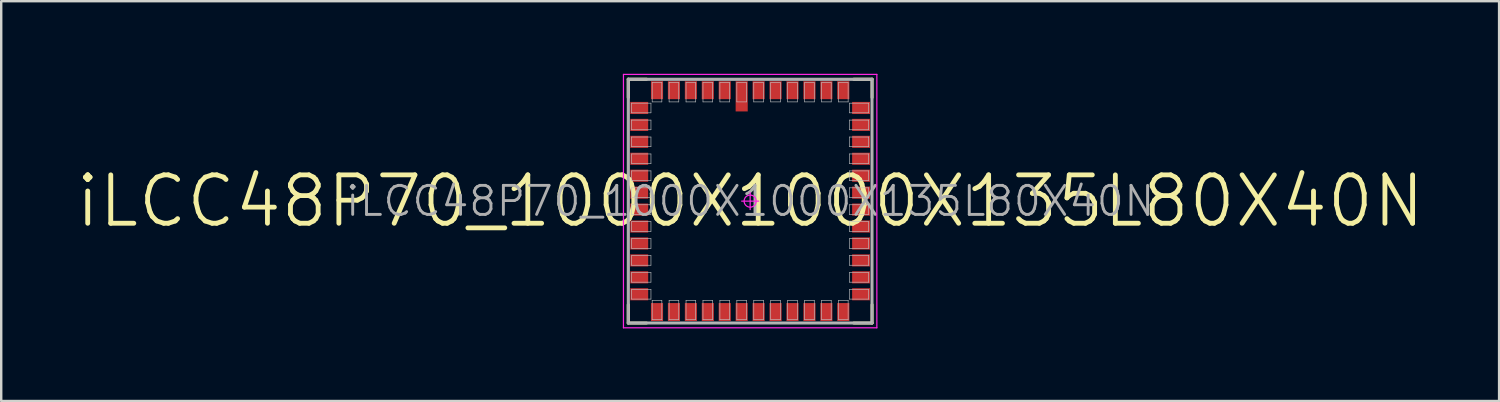
<source format=kicad_pcb>
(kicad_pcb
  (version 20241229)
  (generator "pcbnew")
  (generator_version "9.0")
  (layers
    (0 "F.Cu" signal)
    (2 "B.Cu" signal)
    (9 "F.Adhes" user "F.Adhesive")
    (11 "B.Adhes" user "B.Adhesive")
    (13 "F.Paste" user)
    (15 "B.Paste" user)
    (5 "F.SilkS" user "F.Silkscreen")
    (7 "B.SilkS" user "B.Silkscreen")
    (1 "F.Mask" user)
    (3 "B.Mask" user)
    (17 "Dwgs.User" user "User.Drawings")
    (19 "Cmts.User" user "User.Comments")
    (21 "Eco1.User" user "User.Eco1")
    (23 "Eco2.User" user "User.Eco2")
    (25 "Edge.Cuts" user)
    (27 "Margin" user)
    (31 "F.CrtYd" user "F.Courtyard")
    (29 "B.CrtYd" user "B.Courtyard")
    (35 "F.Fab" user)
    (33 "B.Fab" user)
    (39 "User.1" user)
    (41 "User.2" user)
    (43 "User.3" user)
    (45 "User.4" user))
  (footprint "iLCC48P70_1000X1000X135L80X40N"
    (layer "F.Cu")
    (at 27.957 5.263)
    (property "Reference" "iLCC48P70_1000X1000X135L80X40N" (at 0 0 0) (layer "F.Fab") (effects (font (size 1.2 1.2) (thickness 0.12))))
    (attr smd)
    (fp_line (start -5.04 -5.04) (end -5.04 -4.28) (stroke (width 0.12) (type solid)) (layer "F.SilkS"))
    (fp_line (start -5.04 5.04) (end -5.04 4.28) (stroke (width 0.12) (type solid)) (layer "F.SilkS"))
    (fp_line (start -4.28 -5.04) (end -5.04 -5.04) (stroke (width 0.12) (type solid)) (layer "F.SilkS"))
    (fp_line (start -4.28 5.04) (end -5.04 5.04) (stroke (width 0.12) (type solid)) (layer "F.SilkS"))
    (fp_line (start 4.28 -5.04) (end 5.04 -5.04) (stroke (width 0.12) (type solid)) (layer "F.SilkS"))
    (fp_line (start 4.28 5.04) (end 5.04 5.04) (stroke (width 0.12) (type solid)) (layer "F.SilkS"))
    (fp_line (start 5.04 -5.04) (end 5.04 -4.28) (stroke (width 0.12) (type solid)) (layer "F.SilkS"))
    (fp_line (start 5.04 5.04) (end 5.04 4.28) (stroke (width 0.12) (type solid)) (layer "F.SilkS"))
    (fp_line (start -5 -5) (end 5 -5) (stroke (width 0.025) (type solid)) (layer "Dwgs.User"))
    (fp_line (start -5 5) (end -5 -5) (stroke (width 0.025) (type solid)) (layer "Dwgs.User"))
    (fp_line (start -4.9 -4.05) (end -4.1 -4.05) (stroke (width 0.025) (type solid)) (layer "Dwgs.User"))
    (fp_line (start -4.9 -3.65) (end -4.9 -4.05) (stroke (width 0.025) (type solid)) (layer "Dwgs.User"))
    (fp_line (start -4.9 -3.35) (end -4.1 -3.35) (stroke (width 0.025) (type solid)) (layer "Dwgs.User"))
    (fp_line (start -4.9 -2.95) (end -4.9 -3.35) (stroke (width 0.025) (type solid)) (layer "Dwgs.User"))
    (fp_line (start -4.9 -2.65) (end -4.1 -2.65) (stroke (width 0.025) (type solid)) (layer "Dwgs.User"))
    (fp_line (start -4.9 -2.25) (end -4.9 -2.65) (stroke (width 0.025) (type solid)) (layer "Dwgs.User"))
    (fp_line (start -4.9 -1.95) (end -4.1 -1.95) (stroke (width 0.025) (type solid)) (layer "Dwgs.User"))
    (fp_line (start -4.9 -1.55) (end -4.9 -1.95) (stroke (width 0.025) (type solid)) (layer "Dwgs.User"))
    (fp_line (start -4.9 -1.25) (end -4.1 -1.25) (stroke (width 0.025) (type solid)) (layer "Dwgs.User"))
    (fp_line (start -4.9 -0.85) (end -4.9 -1.25) (stroke (width 0.025) (type solid)) (layer "Dwgs.User"))
    (fp_line (start -4.9 -0.55) (end -4.1 -0.55) (stroke (width 0.025) (type solid)) (layer "Dwgs.User"))
    (fp_line (start -4.9 -0.15) (end -4.9 -0.55) (stroke (width 0.025) (type solid)) (layer "Dwgs.User"))
    (fp_line (start -4.9 0.15) (end -4.1 0.15) (stroke (width 0.025) (type solid)) (layer "Dwgs.User"))
    (fp_line (start -4.9 0.55) (end -4.9 0.15) (stroke (width 0.025) (type solid)) (layer "Dwgs.User"))
    (fp_line (start -4.9 0.85) (end -4.1 0.85) (stroke (width 0.025) (type solid)) (layer "Dwgs.User"))
    (fp_line (start -4.9 1.25) (end -4.9 0.85) (stroke (width 0.025) (type solid)) (layer "Dwgs.User"))
    (fp_line (start -4.9 1.55) (end -4.1 1.55) (stroke (width 0.025) (type solid)) (layer "Dwgs.User"))
    (fp_line (start -4.9 1.95) (end -4.9 1.55) (stroke (width 0.025) (type solid)) (layer "Dwgs.User"))
    (fp_line (start -4.9 2.25) (end -4.1 2.25) (stroke (width 0.025) (type solid)) (layer "Dwgs.User"))
    (fp_line (start -4.9 2.65) (end -4.9 2.25) (stroke (width 0.025) (type solid)) (layer "Dwgs.User"))
    (fp_line (start -4.9 2.95) (end -4.1 2.95) (stroke (width 0.025) (type solid)) (layer "Dwgs.User"))
    (fp_line (start -4.9 3.35) (end -4.9 2.95) (stroke (width 0.025) (type solid)) (layer "Dwgs.User"))
    (fp_line (start -4.9 3.65) (end -4.1 3.65) (stroke (width 0.025) (type solid)) (layer "Dwgs.User"))
    (fp_line (start -4.9 4.05) (end -4.9 3.65) (stroke (width 0.025) (type solid)) (layer "Dwgs.User"))
    (fp_line (start -4.1 -4.05) (end -4.1 -3.65) (stroke (width 0.025) (type solid)) (layer "Dwgs.User"))
    (fp_line (start -4.1 -3.65) (end -4.9 -3.65) (stroke (width 0.025) (type solid)) (layer "Dwgs.User"))
    (fp_line (start -4.1 -3.35) (end -4.1 -2.95) (stroke (width 0.025) (type solid)) (layer "Dwgs.User"))
    (fp_line (start -4.1 -2.95) (end -4.9 -2.95) (stroke (width 0.025) (type solid)) (layer "Dwgs.User"))
    (fp_line (start -4.1 -2.65) (end -4.1 -2.25) (stroke (width 0.025) (type solid)) (layer "Dwgs.User"))
    (fp_line (start -4.1 -2.25) (end -4.9 -2.25) (stroke (width 0.025) (type solid)) (layer "Dwgs.User"))
    (fp_line (start -4.1 -1.95) (end -4.1 -1.55) (stroke (width 0.025) (type solid)) (layer "Dwgs.User"))
    (fp_line (start -4.1 -1.55) (end -4.9 -1.55) (stroke (width 0.025) (type solid)) (layer "Dwgs.User"))
    (fp_line (start -4.1 -1.25) (end -4.1 -0.85) (stroke (width 0.025) (type solid)) (layer "Dwgs.User"))
    (fp_line (start -4.1 -0.85) (end -4.9 -0.85) (stroke (width 0.025) (type solid)) (layer "Dwgs.User"))
    (fp_line (start -4.1 -0.55) (end -4.1 -0.15) (stroke (width 0.025) (type solid)) (layer "Dwgs.User"))
    (fp_line (start -4.1 -0.15) (end -4.9 -0.15) (stroke (width 0.025) (type solid)) (layer "Dwgs.User"))
    (fp_line (start -4.1 0.15) (end -4.1 0.55) (stroke (width 0.025) (type solid)) (layer "Dwgs.User"))
    (fp_line (start -4.1 0.55) (end -4.9 0.55) (stroke (width 0.025) (type solid)) (layer "Dwgs.User"))
    (fp_line (start -4.1 0.85) (end -4.1 1.25) (stroke (width 0.025) (type solid)) (layer "Dwgs.User"))
    (fp_line (start -4.1 1.25) (end -4.9 1.25) (stroke (width 0.025) (type solid)) (layer "Dwgs.User"))
    (fp_line (start -4.1 1.55) (end -4.1 1.95) (stroke (width 0.025) (type solid)) (layer "Dwgs.User"))
    (fp_line (start -4.1 1.95) (end -4.9 1.95) (stroke (width 0.025) (type solid)) (layer "Dwgs.User"))
    (fp_line (start -4.1 2.25) (end -4.1 2.65) (stroke (width 0.025) (type solid)) (layer "Dwgs.User"))
    (fp_line (start -4.1 2.65) (end -4.9 2.65) (stroke (width 0.025) (type solid)) (layer "Dwgs.User"))
    (fp_line (start -4.1 2.95) (end -4.1 3.35) (stroke (width 0.025) (type solid)) (layer "Dwgs.User"))
    (fp_line (start -4.1 3.35) (end -4.9 3.35) (stroke (width 0.025) (type solid)) (layer "Dwgs.User"))
    (fp_line (start -4.1 3.65) (end -4.1 4.05) (stroke (width 0.025) (type solid)) (layer "Dwgs.User"))
    (fp_line (start -4.1 4.05) (end -4.9 4.05) (stroke (width 0.025) (type solid)) (layer "Dwgs.User"))
    (fp_line (start -4.05 -4.9) (end -3.65 -4.9) (stroke (width 0.025) (type solid)) (layer "Dwgs.User"))
    (fp_line (start -4.05 -4.1) (end -4.05 -4.9) (stroke (width 0.025) (type solid)) (layer "Dwgs.User"))
    (fp_line (start -4.05 4.1) (end -3.65 4.1) (stroke (width 0.025) (type solid)) (layer "Dwgs.User"))
    (fp_line (start -4.05 4.9) (end -4.05 4.1) (stroke (width 0.025) (type solid)) (layer "Dwgs.User"))
    (fp_line (start -3.65 -4.9) (end -3.65 -4.1) (stroke (width 0.025) (type solid)) (layer "Dwgs.User"))
    (fp_line (start -3.65 -4.1) (end -4.05 -4.1) (stroke (width 0.025) (type solid)) (layer "Dwgs.User"))
    (fp_line (start -3.65 4.1) (end -3.65 4.9) (stroke (width 0.025) (type solid)) (layer "Dwgs.User"))
    (fp_line (start -3.65 4.9) (end -4.05 4.9) (stroke (width 0.025) (type solid)) (layer "Dwgs.User"))
    (fp_line (start -3.35 -4.9) (end -2.95 -4.9) (stroke (width 0.025) (type solid)) (layer "Dwgs.User"))
    (fp_line (start -3.35 -4.1) (end -3.35 -4.9) (stroke (width 0.025) (type solid)) (layer "Dwgs.User"))
    (fp_line (start -3.35 4.1) (end -2.95 4.1) (stroke (width 0.025) (type solid)) (layer "Dwgs.User"))
    (fp_line (start -3.35 4.9) (end -3.35 4.1) (stroke (width 0.025) (type solid)) (layer "Dwgs.User"))
    (fp_line (start -2.95 -4.9) (end -2.95 -4.1) (stroke (width 0.025) (type solid)) (layer "Dwgs.User"))
    (fp_line (start -2.95 -4.1) (end -3.35 -4.1) (stroke (width 0.025) (type solid)) (layer "Dwgs.User"))
    (fp_line (start -2.95 4.1) (end -2.95 4.9) (stroke (width 0.025) (type solid)) (layer "Dwgs.User"))
    (fp_line (start -2.95 4.9) (end -3.35 4.9) (stroke (width 0.025) (type solid)) (layer "Dwgs.User"))
    (fp_line (start -2.65 -4.9) (end -2.25 -4.9) (stroke (width 0.025) (type solid)) (layer "Dwgs.User"))
    (fp_line (start -2.65 -4.1) (end -2.65 -4.9) (stroke (width 0.025) (type solid)) (layer "Dwgs.User"))
    (fp_line (start -2.65 4.1) (end -2.25 4.1) (stroke (width 0.025) (type solid)) (layer "Dwgs.User"))
    (fp_line (start -2.65 4.9) (end -2.65 4.1) (stroke (width 0.025) (type solid)) (layer "Dwgs.User"))
    (fp_line (start -2.25 -4.9) (end -2.25 -4.1) (stroke (width 0.025) (type solid)) (layer "Dwgs.User"))
    (fp_line (start -2.25 -4.1) (end -2.65 -4.1) (stroke (width 0.025) (type solid)) (layer "Dwgs.User"))
    (fp_line (start -2.25 4.1) (end -2.25 4.9) (stroke (width 0.025) (type solid)) (layer "Dwgs.User"))
    (fp_line (start -2.25 4.9) (end -2.65 4.9) (stroke (width 0.025) (type solid)) (layer "Dwgs.User"))
    (fp_line (start -1.95 -4.9) (end -1.55 -4.9) (stroke (width 0.025) (type solid)) (layer "Dwgs.User"))
    (fp_line (start -1.95 -4.1) (end -1.95 -4.9) (stroke (width 0.025) (type solid)) (layer "Dwgs.User"))
    (fp_line (start -1.95 4.1) (end -1.55 4.1) (stroke (width 0.025) (type solid)) (layer "Dwgs.User"))
    (fp_line (start -1.95 4.9) (end -1.95 4.1) (stroke (width 0.025) (type solid)) (layer "Dwgs.User"))
    (fp_line (start -1.55 -4.9) (end -1.55 -4.1) (stroke (width 0.025) (type solid)) (layer "Dwgs.User"))
    (fp_line (start -1.55 -4.1) (end -1.95 -4.1) (stroke (width 0.025) (type solid)) (layer "Dwgs.User"))
    (fp_line (start -1.55 4.1) (end -1.55 4.9) (stroke (width 0.025) (type solid)) (layer "Dwgs.User"))
    (fp_line (start -1.55 4.9) (end -1.95 4.9) (stroke (width 0.025) (type solid)) (layer "Dwgs.User"))
    (fp_line (start -1.25 -4.9) (end -0.85 -4.9) (stroke (width 0.025) (type solid)) (layer "Dwgs.User"))
    (fp_line (start -1.25 -4.1) (end -1.25 -4.9) (stroke (width 0.025) (type solid)) (layer "Dwgs.User"))
    (fp_line (start -1.25 4.1) (end -0.85 4.1) (stroke (width 0.025) (type solid)) (layer "Dwgs.User"))
    (fp_line (start -1.25 4.9) (end -1.25 4.1) (stroke (width 0.025) (type solid)) (layer "Dwgs.User"))
    (fp_line (start -0.85 -4.9) (end -0.85 -4.1) (stroke (width 0.025) (type solid)) (layer "Dwgs.User"))
    (fp_line (start -0.85 -4.1) (end -1.25 -4.1) (stroke (width 0.025) (type solid)) (layer "Dwgs.User"))
    (fp_line (start -0.85 4.1) (end -0.85 4.9) (stroke (width 0.025) (type solid)) (layer "Dwgs.User"))
    (fp_line (start -0.85 4.9) (end -1.25 4.9) (stroke (width 0.025) (type solid)) (layer "Dwgs.User"))
    (fp_line (start -0.55 -4.9) (end -0.15 -4.9) (stroke (width 0.025) (type solid)) (layer "Dwgs.User"))
    (fp_line (start -0.55 -4.1) (end -0.55 -4.9) (stroke (width 0.025) (type solid)) (layer "Dwgs.User"))
    (fp_line (start -0.55 4.1) (end -0.15 4.1) (stroke (width 0.025) (type solid)) (layer "Dwgs.User"))
    (fp_line (start -0.55 4.9) (end -0.55 4.1) (stroke (width 0.025) (type solid)) (layer "Dwgs.User"))
    (fp_line (start -0.15 -4.9) (end -0.15 -4.1) (stroke (width 0.025) (type solid)) (layer "Dwgs.User"))
    (fp_line (start -0.15 -4.1) (end -0.55 -4.1) (stroke (width 0.025) (type solid)) (layer "Dwgs.User"))
    (fp_line (start -0.15 4.1) (end -0.15 4.9) (stroke (width 0.025) (type solid)) (layer "Dwgs.User"))
    (fp_line (start -0.15 4.9) (end -0.55 4.9) (stroke (width 0.025) (type solid)) (layer "Dwgs.User"))
    (fp_line (start 0.15 -4.9) (end 0.55 -4.9) (stroke (width 0.025) (type solid)) (layer "Dwgs.User"))
    (fp_line (start 0.15 -4.1) (end 0.15 -4.9) (stroke (width 0.025) (type solid)) (layer "Dwgs.User"))
    (fp_line (start 0.15 4.1) (end 0.55 4.1) (stroke (width 0.025) (type solid)) (layer "Dwgs.User"))
    (fp_line (start 0.15 4.9) (end 0.15 4.1) (stroke (width 0.025) (type solid)) (layer "Dwgs.User"))
    (fp_line (start 0.55 -4.9) (end 0.55 -4.1) (stroke (width 0.025) (type solid)) (layer "Dwgs.User"))
    (fp_line (start 0.55 -4.1) (end 0.15 -4.1) (stroke (width 0.025) (type solid)) (layer "Dwgs.User"))
    (fp_line (start 0.55 4.1) (end 0.55 4.9) (stroke (width 0.025) (type solid)) (layer "Dwgs.User"))
    (fp_line (start 0.55 4.9) (end 0.15 4.9) (stroke (width 0.025) (type solid)) (layer "Dwgs.User"))
    (fp_line (start 0.85 -4.9) (end 1.25 -4.9) (stroke (width 0.025) (type solid)) (layer "Dwgs.User"))
    (fp_line (start 0.85 -4.1) (end 0.85 -4.9) (stroke (width 0.025) (type solid)) (layer "Dwgs.User"))
    (fp_line (start 0.85 4.1) (end 1.25 4.1) (stroke (width 0.025) (type solid)) (layer "Dwgs.User"))
    (fp_line (start 0.85 4.9) (end 0.85 4.1) (stroke (width 0.025) (type solid)) (layer "Dwgs.User"))
    (fp_line (start 1.25 -4.9) (end 1.25 -4.1) (stroke (width 0.025) (type solid)) (layer "Dwgs.User"))
    (fp_line (start 1.25 -4.1) (end 0.85 -4.1) (stroke (width 0.025) (type solid)) (layer "Dwgs.User"))
    (fp_line (start 1.25 4.1) (end 1.25 4.9) (stroke (width 0.025) (type solid)) (layer "Dwgs.User"))
    (fp_line (start 1.25 4.9) (end 0.85 4.9) (stroke (width 0.025) (type solid)) (layer "Dwgs.User"))
    (fp_line (start 1.55 -4.9) (end 1.95 -4.9) (stroke (width 0.025) (type solid)) (layer "Dwgs.User"))
    (fp_line (start 1.55 -4.1) (end 1.55 -4.9) (stroke (width 0.025) (type solid)) (layer "Dwgs.User"))
    (fp_line (start 1.55 4.1) (end 1.95 4.1) (stroke (width 0.025) (type solid)) (layer "Dwgs.User"))
    (fp_line (start 1.55 4.9) (end 1.55 4.1) (stroke (width 0.025) (type solid)) (layer "Dwgs.User"))
    (fp_line (start 1.95 -4.9) (end 1.95 -4.1) (stroke (width 0.025) (type solid)) (layer "Dwgs.User"))
    (fp_line (start 1.95 -4.1) (end 1.55 -4.1) (stroke (width 0.025) (type solid)) (layer "Dwgs.User"))
    (fp_line (start 1.95 4.1) (end 1.95 4.9) (stroke (width 0.025) (type solid)) (layer "Dwgs.User"))
    (fp_line (start 1.95 4.9) (end 1.55 4.9) (stroke (width 0.025) (type solid)) (layer "Dwgs.User"))
    (fp_line (start 2.25 -4.9) (end 2.65 -4.9) (stroke (width 0.025) (type solid)) (layer "Dwgs.User"))
    (fp_line (start 2.25 -4.1) (end 2.25 -4.9) (stroke (width 0.025) (type solid)) (layer "Dwgs.User"))
    (fp_line (start 2.25 4.1) (end 2.65 4.1) (stroke (width 0.025) (type solid)) (layer "Dwgs.User"))
    (fp_line (start 2.25 4.9) (end 2.25 4.1) (stroke (width 0.025) (type solid)) (layer "Dwgs.User"))
    (fp_line (start 2.65 -4.9) (end 2.65 -4.1) (stroke (width 0.025) (type solid)) (layer "Dwgs.User"))
    (fp_line (start 2.65 -4.1) (end 2.25 -4.1) (stroke (width 0.025) (type solid)) (layer "Dwgs.User"))
    (fp_line (start 2.65 4.1) (end 2.65 4.9) (stroke (width 0.025) (type solid)) (layer "Dwgs.User"))
    (fp_line (start 2.65 4.9) (end 2.25 4.9) (stroke (width 0.025) (type solid)) (layer "Dwgs.User"))
    (fp_line (start 2.95 -4.9) (end 3.35 -4.9) (stroke (width 0.025) (type solid)) (layer "Dwgs.User"))
    (fp_line (start 2.95 -4.1) (end 2.95 -4.9) (stroke (width 0.025) (type solid)) (layer "Dwgs.User"))
    (fp_line (start 2.95 4.1) (end 3.35 4.1) (stroke (width 0.025) (type solid)) (layer "Dwgs.User"))
    (fp_line (start 2.95 4.9) (end 2.95 4.1) (stroke (width 0.025) (type solid)) (layer "Dwgs.User"))
    (fp_line (start 3.35 -4.9) (end 3.35 -4.1) (stroke (width 0.025) (type solid)) (layer "Dwgs.User"))
    (fp_line (start 3.35 -4.1) (end 2.95 -4.1) (stroke (width 0.025) (type solid)) (layer "Dwgs.User"))
    (fp_line (start 3.35 4.1) (end 3.35 4.9) (stroke (width 0.025) (type solid)) (layer "Dwgs.User"))
    (fp_line (start 3.35 4.9) (end 2.95 4.9) (stroke (width 0.025) (type solid)) (layer "Dwgs.User"))
    (fp_line (start 3.65 -4.9) (end 4.05 -4.9) (stroke (width 0.025) (type solid)) (layer "Dwgs.User"))
    (fp_line (start 3.65 -4.1) (end 3.65 -4.9) (stroke (width 0.025) (type solid)) (layer "Dwgs.User"))
    (fp_line (start 3.65 4.1) (end 4.05 4.1) (stroke (width 0.025) (type solid)) (layer "Dwgs.User"))
    (fp_line (start 3.65 4.9) (end 3.65 4.1) (stroke (width 0.025) (type solid)) (layer "Dwgs.User"))
    (fp_line (start 4.05 -4.9) (end 4.05 -4.1) (stroke (width 0.025) (type solid)) (layer "Dwgs.User"))
    (fp_line (start 4.05 -4.1) (end 3.65 -4.1) (stroke (width 0.025) (type solid)) (layer "Dwgs.User"))
    (fp_line (start 4.05 4.1) (end 4.05 4.9) (stroke (width 0.025) (type solid)) (layer "Dwgs.User"))
    (fp_line (start 4.05 4.9) (end 3.65 4.9) (stroke (width 0.025) (type solid)) (layer "Dwgs.User"))
    (fp_line (start 4.1 -4.05) (end 4.9 -4.05) (stroke (width 0.025) (type solid)) (layer "Dwgs.User"))
    (fp_line (start 4.1 -3.65) (end 4.1 -4.05) (stroke (width 0.025) (type solid)) (layer "Dwgs.User"))
    (fp_line (start 4.1 -3.35) (end 4.9 -3.35) (stroke (width 0.025) (type solid)) (layer "Dwgs.User"))
    (fp_line (start 4.1 -2.95) (end 4.1 -3.35) (stroke (width 0.025) (type solid)) (layer "Dwgs.User"))
    (fp_line (start 4.1 -2.65) (end 4.9 -2.65) (stroke (width 0.025) (type solid)) (layer "Dwgs.User"))
    (fp_line (start 4.1 -2.25) (end 4.1 -2.65) (stroke (width 0.025) (type solid)) (layer "Dwgs.User"))
    (fp_line (start 4.1 -1.95) (end 4.9 -1.95) (stroke (width 0.025) (type solid)) (layer "Dwgs.User"))
    (fp_line (start 4.1 -1.55) (end 4.1 -1.95) (stroke (width 0.025) (type solid)) (layer "Dwgs.User"))
    (fp_line (start 4.1 -1.25) (end 4.9 -1.25) (stroke (width 0.025) (type solid)) (layer "Dwgs.User"))
    (fp_line (start 4.1 -0.85) (end 4.1 -1.25) (stroke (width 0.025) (type solid)) (layer "Dwgs.User"))
    (fp_line (start 4.1 -0.55) (end 4.9 -0.55) (stroke (width 0.025) (type solid)) (layer "Dwgs.User"))
    (fp_line (start 4.1 -0.15) (end 4.1 -0.55) (stroke (width 0.025) (type solid)) (layer "Dwgs.User"))
    (fp_line (start 4.1 0.15) (end 4.9 0.15) (stroke (width 0.025) (type solid)) (layer "Dwgs.User"))
    (fp_line (start 4.1 0.55) (end 4.1 0.15) (stroke (width 0.025) (type solid)) (layer "Dwgs.User"))
    (fp_line (start 4.1 0.85) (end 4.9 0.85) (stroke (width 0.025) (type solid)) (layer "Dwgs.User"))
    (fp_line (start 4.1 1.25) (end 4.1 0.85) (stroke (width 0.025) (type solid)) (layer "Dwgs.User"))
    (fp_line (start 4.1 1.55) (end 4.9 1.55) (stroke (width 0.025) (type solid)) (layer "Dwgs.User"))
    (fp_line (start 4.1 1.95) (end 4.1 1.55) (stroke (width 0.025) (type solid)) (layer "Dwgs.User"))
    (fp_line (start 4.1 2.25) (end 4.9 2.25) (stroke (width 0.025) (type solid)) (layer "Dwgs.User"))
    (fp_line (start 4.1 2.65) (end 4.1 2.25) (stroke (width 0.025) (type solid)) (layer "Dwgs.User"))
    (fp_line (start 4.1 2.95) (end 4.9 2.95) (stroke (width 0.025) (type solid)) (layer "Dwgs.User"))
    (fp_line (start 4.1 3.35) (end 4.1 2.95) (stroke (width 0.025) (type solid)) (layer "Dwgs.User"))
    (fp_line (start 4.1 3.65) (end 4.9 3.65) (stroke (width 0.025) (type solid)) (layer "Dwgs.User"))
    (fp_line (start 4.1 4.05) (end 4.1 3.65) (stroke (width 0.025) (type solid)) (layer "Dwgs.User"))
    (fp_line (start 4.9 -4.05) (end 4.9 -3.65) (stroke (width 0.025) (type solid)) (layer "Dwgs.User"))
    (fp_line (start 4.9 -3.65) (end 4.1 -3.65) (stroke (width 0.025) (type solid)) (layer "Dwgs.User"))
    (fp_line (start 4.9 -3.35) (end 4.9 -2.95) (stroke (width 0.025) (type solid)) (layer "Dwgs.User"))
    (fp_line (start 4.9 -2.95) (end 4.1 -2.95) (stroke (width 0.025) (type solid)) (layer "Dwgs.User"))
    (fp_line (start 4.9 -2.65) (end 4.9 -2.25) (stroke (width 0.025) (type solid)) (layer "Dwgs.User"))
    (fp_line (start 4.9 -2.25) (end 4.1 -2.25) (stroke (width 0.025) (type solid)) (layer "Dwgs.User"))
    (fp_line (start 4.9 -1.95) (end 4.9 -1.55) (stroke (width 0.025) (type solid)) (layer "Dwgs.User"))
    (fp_line (start 4.9 -1.55) (end 4.1 -1.55) (stroke (width 0.025) (type solid)) (layer "Dwgs.User"))
    (fp_line (start 4.9 -1.25) (end 4.9 -0.85) (stroke (width 0.025) (type solid)) (layer "Dwgs.User"))
    (fp_line (start 4.9 -0.85) (end 4.1 -0.85) (stroke (width 0.025) (type solid)) (layer "Dwgs.User"))
    (fp_line (start 4.9 -0.55) (end 4.9 -0.15) (stroke (width 0.025) (type solid)) (layer "Dwgs.User"))
    (fp_line (start 4.9 -0.15) (end 4.1 -0.15) (stroke (width 0.025) (type solid)) (layer "Dwgs.User"))
    (fp_line (start 4.9 0.15) (end 4.9 0.55) (stroke (width 0.025) (type solid)) (layer "Dwgs.User"))
    (fp_line (start 4.9 0.55) (end 4.1 0.55) (stroke (width 0.025) (type solid)) (layer "Dwgs.User"))
    (fp_line (start 4.9 0.85) (end 4.9 1.25) (stroke (width 0.025) (type solid)) (layer "Dwgs.User"))
    (fp_line (start 4.9 1.25) (end 4.1 1.25) (stroke (width 0.025) (type solid)) (layer "Dwgs.User"))
    (fp_line (start 4.9 1.55) (end 4.9 1.95) (stroke (width 0.025) (type solid)) (layer "Dwgs.User"))
    (fp_line (start 4.9 1.95) (end 4.1 1.95) (stroke (width 0.025) (type solid)) (layer "Dwgs.User"))
    (fp_line (start 4.9 2.25) (end 4.9 2.65) (stroke (width 0.025) (type solid)) (layer "Dwgs.User"))
    (fp_line (start 4.9 2.65) (end 4.1 2.65) (stroke (width 0.025) (type solid)) (layer "Dwgs.User"))
    (fp_line (start 4.9 2.95) (end 4.9 3.35) (stroke (width 0.025) (type solid)) (layer "Dwgs.User"))
    (fp_line (start 4.9 3.35) (end 4.1 3.35) (stroke (width 0.025) (type solid)) (layer "Dwgs.User"))
    (fp_line (start 4.9 3.65) (end 4.9 4.05) (stroke (width 0.025) (type solid)) (layer "Dwgs.User"))
    (fp_line (start 4.9 4.05) (end 4.1 4.05) (stroke (width 0.025) (type solid)) (layer "Dwgs.User"))
    (fp_line (start 5 -5) (end 5 5) (stroke (width 0.025) (type solid)) (layer "Dwgs.User"))
    (fp_line (start 5 5) (end -5 5) (stroke (width 0.025) (type solid)) (layer "Dwgs.User"))
    (fp_line (start -5.237 -5.237) (end -5.237 5.237) (stroke (width 0.05) (type solid)) (layer "F.CrtYd"))
    (fp_line (start -5.237 5.237) (end 5.237 5.237) (stroke (width 0.05) (type solid)) (layer "F.CrtYd"))
    (fp_line (start -0.35 0) (end 0.35 0) (stroke (width 0.05) (type solid)) (layer "F.CrtYd"))
    (fp_line (start 0 -0.35) (end 0 0.35) (stroke (width 0.05) (type solid)) (layer "F.CrtYd"))
    (fp_line (start 5.237 -5.237) (end -5.237 -5.237) (stroke (width 0.05) (type solid)) (layer "F.CrtYd"))
    (fp_line (start 5.237 5.237) (end 5.237 -5.237) (stroke (width 0.05) (type solid)) (layer "F.CrtYd"))
    (fp_circle (center 0 0) (end 0 0.25) (stroke (width 0.05) (type solid)) (fill no) (layer "F.CrtYd"))
    (fp_line (start -5.04 -5.04) (end 5.04 -5.04) (stroke (width 0.12) (type solid)) (layer "F.Fab"))
    (fp_line (start -5.04 5.04) (end -5.04 -5.04) (stroke (width 0.12) (type solid)) (layer "F.Fab"))
    (fp_line (start 5.04 -5.04) (end 5.04 5.04) (stroke (width 0.12) (type solid)) (layer "F.Fab"))
    (fp_line (start 5.04 5.04) (end -5.04 5.04) (stroke (width 0.12) (type solid)) (layer "F.Fab"))
    (fp_text user "${REFERENCE}" (at 0 0 0) (layer "F.SilkS") (effects (font (size 2 2) (thickness 0.2))))
    (pad "1" smd rect (at -0.35 -4.331 90) (size 1.248 0.5) (layers "F.Cu" "F.Mask" "F.Paste"))
    (pad "2" smd rect (at -1.05 -4.585 90) (size 0.74 0.5) (layers "F.Cu" "F.Mask" "F.Paste"))
    (pad "3" smd rect (at -1.75 -4.585 90) (size 0.74 0.5) (layers "F.Cu" "F.Mask" "F.Paste"))
    (pad "4" smd rect (at -2.45 -4.585 90) (size 0.74 0.5) (layers "F.Cu" "F.Mask" "F.Paste"))
    (pad "5" smd rect (at -3.15 -4.585 90) (size 0.74 0.5) (layers "F.Cu" "F.Mask" "F.Paste"))
    (pad "6" smd rect (at -3.85 -4.585 90) (size 0.74 0.5) (layers "F.Cu" "F.Mask" "F.Paste"))
    (pad "7" smd rect (at -4.585 -3.85) (size 0.74 0.5) (layers "F.Cu" "F.Mask" "F.Paste"))
    (pad "8" smd rect (at -4.585 -3.15) (size 0.74 0.5) (layers "F.Cu" "F.Mask" "F.Paste"))
    (pad "9" smd rect (at -4.585 -2.45) (size 0.74 0.5) (layers "F.Cu" "F.Mask" "F.Paste"))
    (pad "10" smd rect (at -4.585 -1.75) (size 0.74 0.5) (layers "F.Cu" "F.Mask" "F.Paste"))
    (pad "11" smd rect (at -4.585 -1.05) (size 0.74 0.5) (layers "F.Cu" "F.Mask" "F.Paste"))
    (pad "12" smd rect (at -4.585 -0.35) (size 0.74 0.5) (layers "F.Cu" "F.Mask" "F.Paste"))
    (pad "13" smd rect (at -4.585 0.35) (size 0.74 0.5) (layers "F.Cu" "F.Mask" "F.Paste"))
    (pad "14" smd rect (at -4.585 1.05) (size 0.74 0.5) (layers "F.Cu" "F.Mask" "F.Paste"))
    (pad "15" smd rect (at -4.585 1.75) (size 0.74 0.5) (layers "F.Cu" "F.Mask" "F.Paste"))
    (pad "16" smd rect (at -4.585 2.45) (size 0.74 0.5) (layers "F.Cu" "F.Mask" "F.Paste"))
    (pad "17" smd rect (at -4.585 3.15) (size 0.74 0.5) (layers "F.Cu" "F.Mask" "F.Paste"))
    (pad "18" smd rect (at -4.585 3.85) (size 0.74 0.5) (layers "F.Cu" "F.Mask" "F.Paste"))
    (pad "19" smd rect (at -3.85 4.585 90) (size 0.74 0.5) (layers "F.Cu" "F.Mask" "F.Paste"))
    (pad "20" smd rect (at -3.15 4.585 90) (size 0.74 0.5) (layers "F.Cu" "F.Mask" "F.Paste"))
    (pad "21" smd rect (at -2.45 4.585 90) (size 0.74 0.5) (layers "F.Cu" "F.Mask" "F.Paste"))
    (pad "22" smd rect (at -1.75 4.585 90) (size 0.74 0.5) (layers "F.Cu" "F.Mask" "F.Paste"))
    (pad "23" smd rect (at -1.05 4.585 90) (size 0.74 0.5) (layers "F.Cu" "F.Mask" "F.Paste"))
    (pad "24" smd rect (at -0.35 4.585 90) (size 0.74 0.5) (layers "F.Cu" "F.Mask" "F.Paste"))
    (pad "25" smd rect (at 0.35 4.585 90) (size 0.74 0.5) (layers "F.Cu" "F.Mask" "F.Paste"))
    (pad "26" smd rect (at 1.05 4.585 90) (size 0.74 0.5) (layers "F.Cu" "F.Mask" "F.Paste"))
    (pad "27" smd rect (at 1.75 4.585 90) (size 0.74 0.5) (layers "F.Cu" "F.Mask" "F.Paste"))
    (pad "28" smd rect (at 2.45 4.585 90) (size 0.74 0.5) (layers "F.Cu" "F.Mask" "F.Paste"))
    (pad "29" smd rect (at 3.15 4.585 90) (size 0.74 0.5) (layers "F.Cu" "F.Mask" "F.Paste"))
    (pad "30" smd rect (at 3.85 4.585 90) (size 0.74 0.5) (layers "F.Cu" "F.Mask" "F.Paste"))
    (pad "31" smd rect (at 4.585 3.85) (size 0.74 0.5) (layers "F.Cu" "F.Mask" "F.Paste"))
    (pad "32" smd rect (at 4.585 3.15) (size 0.74 0.5) (layers "F.Cu" "F.Mask" "F.Paste"))
    (pad "33" smd rect (at 4.585 2.45) (size 0.74 0.5) (layers "F.Cu" "F.Mask" "F.Paste"))
    (pad "34" smd rect (at 4.585 1.75) (size 0.74 0.5) (layers "F.Cu" "F.Mask" "F.Paste"))
    (pad "35" smd rect (at 4.585 1.05) (size 0.74 0.5) (layers "F.Cu" "F.Mask" "F.Paste"))
    (pad "36" smd rect (at 4.585 0.35) (size 0.74 0.5) (layers "F.Cu" "F.Mask" "F.Paste"))
    (pad "37" smd rect (at 4.585 -0.35) (size 0.74 0.5) (layers "F.Cu" "F.Mask" "F.Paste"))
    (pad "38" smd rect (at 4.585 -1.05) (size 0.74 0.5) (layers "F.Cu" "F.Mask" "F.Paste"))
    (pad "39" smd rect (at 4.585 -1.75) (size 0.74 0.5) (layers "F.Cu" "F.Mask" "F.Paste"))
    (pad "40" smd rect (at 4.585 -2.45) (size 0.74 0.5) (layers "F.Cu" "F.Mask" "F.Paste"))
    (pad "41" smd rect (at 4.585 -3.15) (size 0.74 0.5) (layers "F.Cu" "F.Mask" "F.Paste"))
    (pad "42" smd rect (at 4.585 -3.85) (size 0.74 0.5) (layers "F.Cu" "F.Mask" "F.Paste"))
    (pad "43" smd rect (at 3.85 -4.585 90) (size 0.74 0.5) (layers "F.Cu" "F.Mask" "F.Paste"))
    (pad "44" smd rect (at 3.15 -4.585 90) (size 0.74 0.5) (layers "F.Cu" "F.Mask" "F.Paste"))
    (pad "45" smd rect (at 2.45 -4.585 90) (size 0.74 0.5) (layers "F.Cu" "F.Mask" "F.Paste"))
    (pad "46" smd rect (at 1.75 -4.585 90) (size 0.74 0.5) (layers "F.Cu" "F.Mask" "F.Paste"))
    (pad "47" smd rect (at 1.05 -4.585 90) (size 0.74 0.5) (layers "F.Cu" "F.Mask" "F.Paste"))
    (pad "48" smd rect (at 0.35 -4.585 90) (size 0.74 0.5) (layers "F.Cu" "F.Mask" "F.Paste")))
  (gr_rect
    (start -3 -3)
    (end 58.914 13.525)
    (stroke (width 0.1) (type default))
    (fill no)
    (layer "Edge.Cuts")))
</source>
